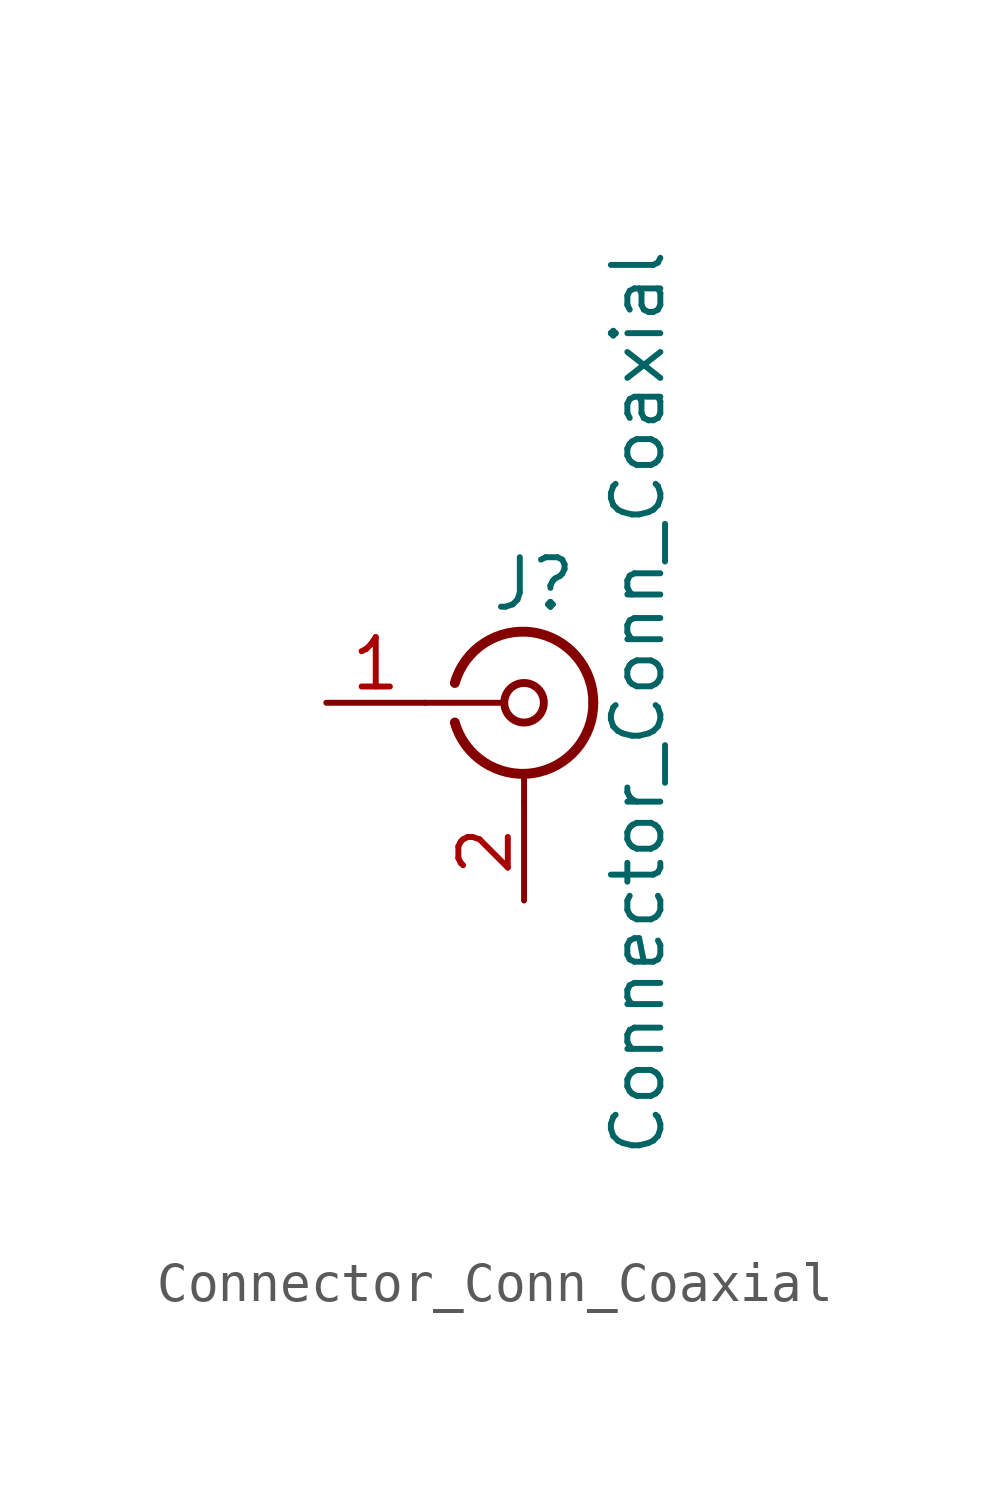
<source format=kicad_sym>
(kicad_symbol_lib
  (version 20220914)
  (generator kicad_symbol_editor)
  (symbol "Connector_Conn_Coaxial"
    (pin_names
      (offset 1.016) hide)
    (property "Reference" "J"
      (at 0.254 3.048 0)
      (effects (font (size 1.27 1.27))))
    (property "Value" "Connector_Conn_Coaxial"
      (at 2.921 0 90)
      (effects (font (size 1.27 1.27))))
    (symbol "Connector_Conn_Coaxial_0_1"
      (arc (start -1.778 -0.508) (mid 0.2311 -1.8066) (end 1.778 0) (stroke (width 0.254) (type solid)) (fill (type none)))
      (polyline (pts (xy -2.54 0) (xy -0.508 0)) (stroke (width 0) (type solid)) (fill (type none)))
      (polyline (pts (xy 0 -2.54) (xy 0 -1.778)) (stroke (width 0) (type solid)) (fill (type none)))
      (circle (center 0 0) (radius 0.508) (stroke (width 0.203) (type solid)) (fill (type none)))
      (arc (start 1.778 0) (mid 0.2099 1.8101) (end -1.778 0.508) (stroke (width 0.254) (type solid)) (fill (type none))))
    (symbol "Connector_Conn_Coaxial_1_1"
      (pin passive line (at -5.08 0 0) (length 2.54) (name "In" (effects (font (size 1.27 1.27)))) (number "1" (effects (font (size 1.27 1.27)))))
      (pin passive line (at 0 -5.08 90) (length 2.54) (name "Ext" (effects (font (size 1.27 1.27)))) (number "2" (effects (font (size 1.27 1.27))))))))
</source>
